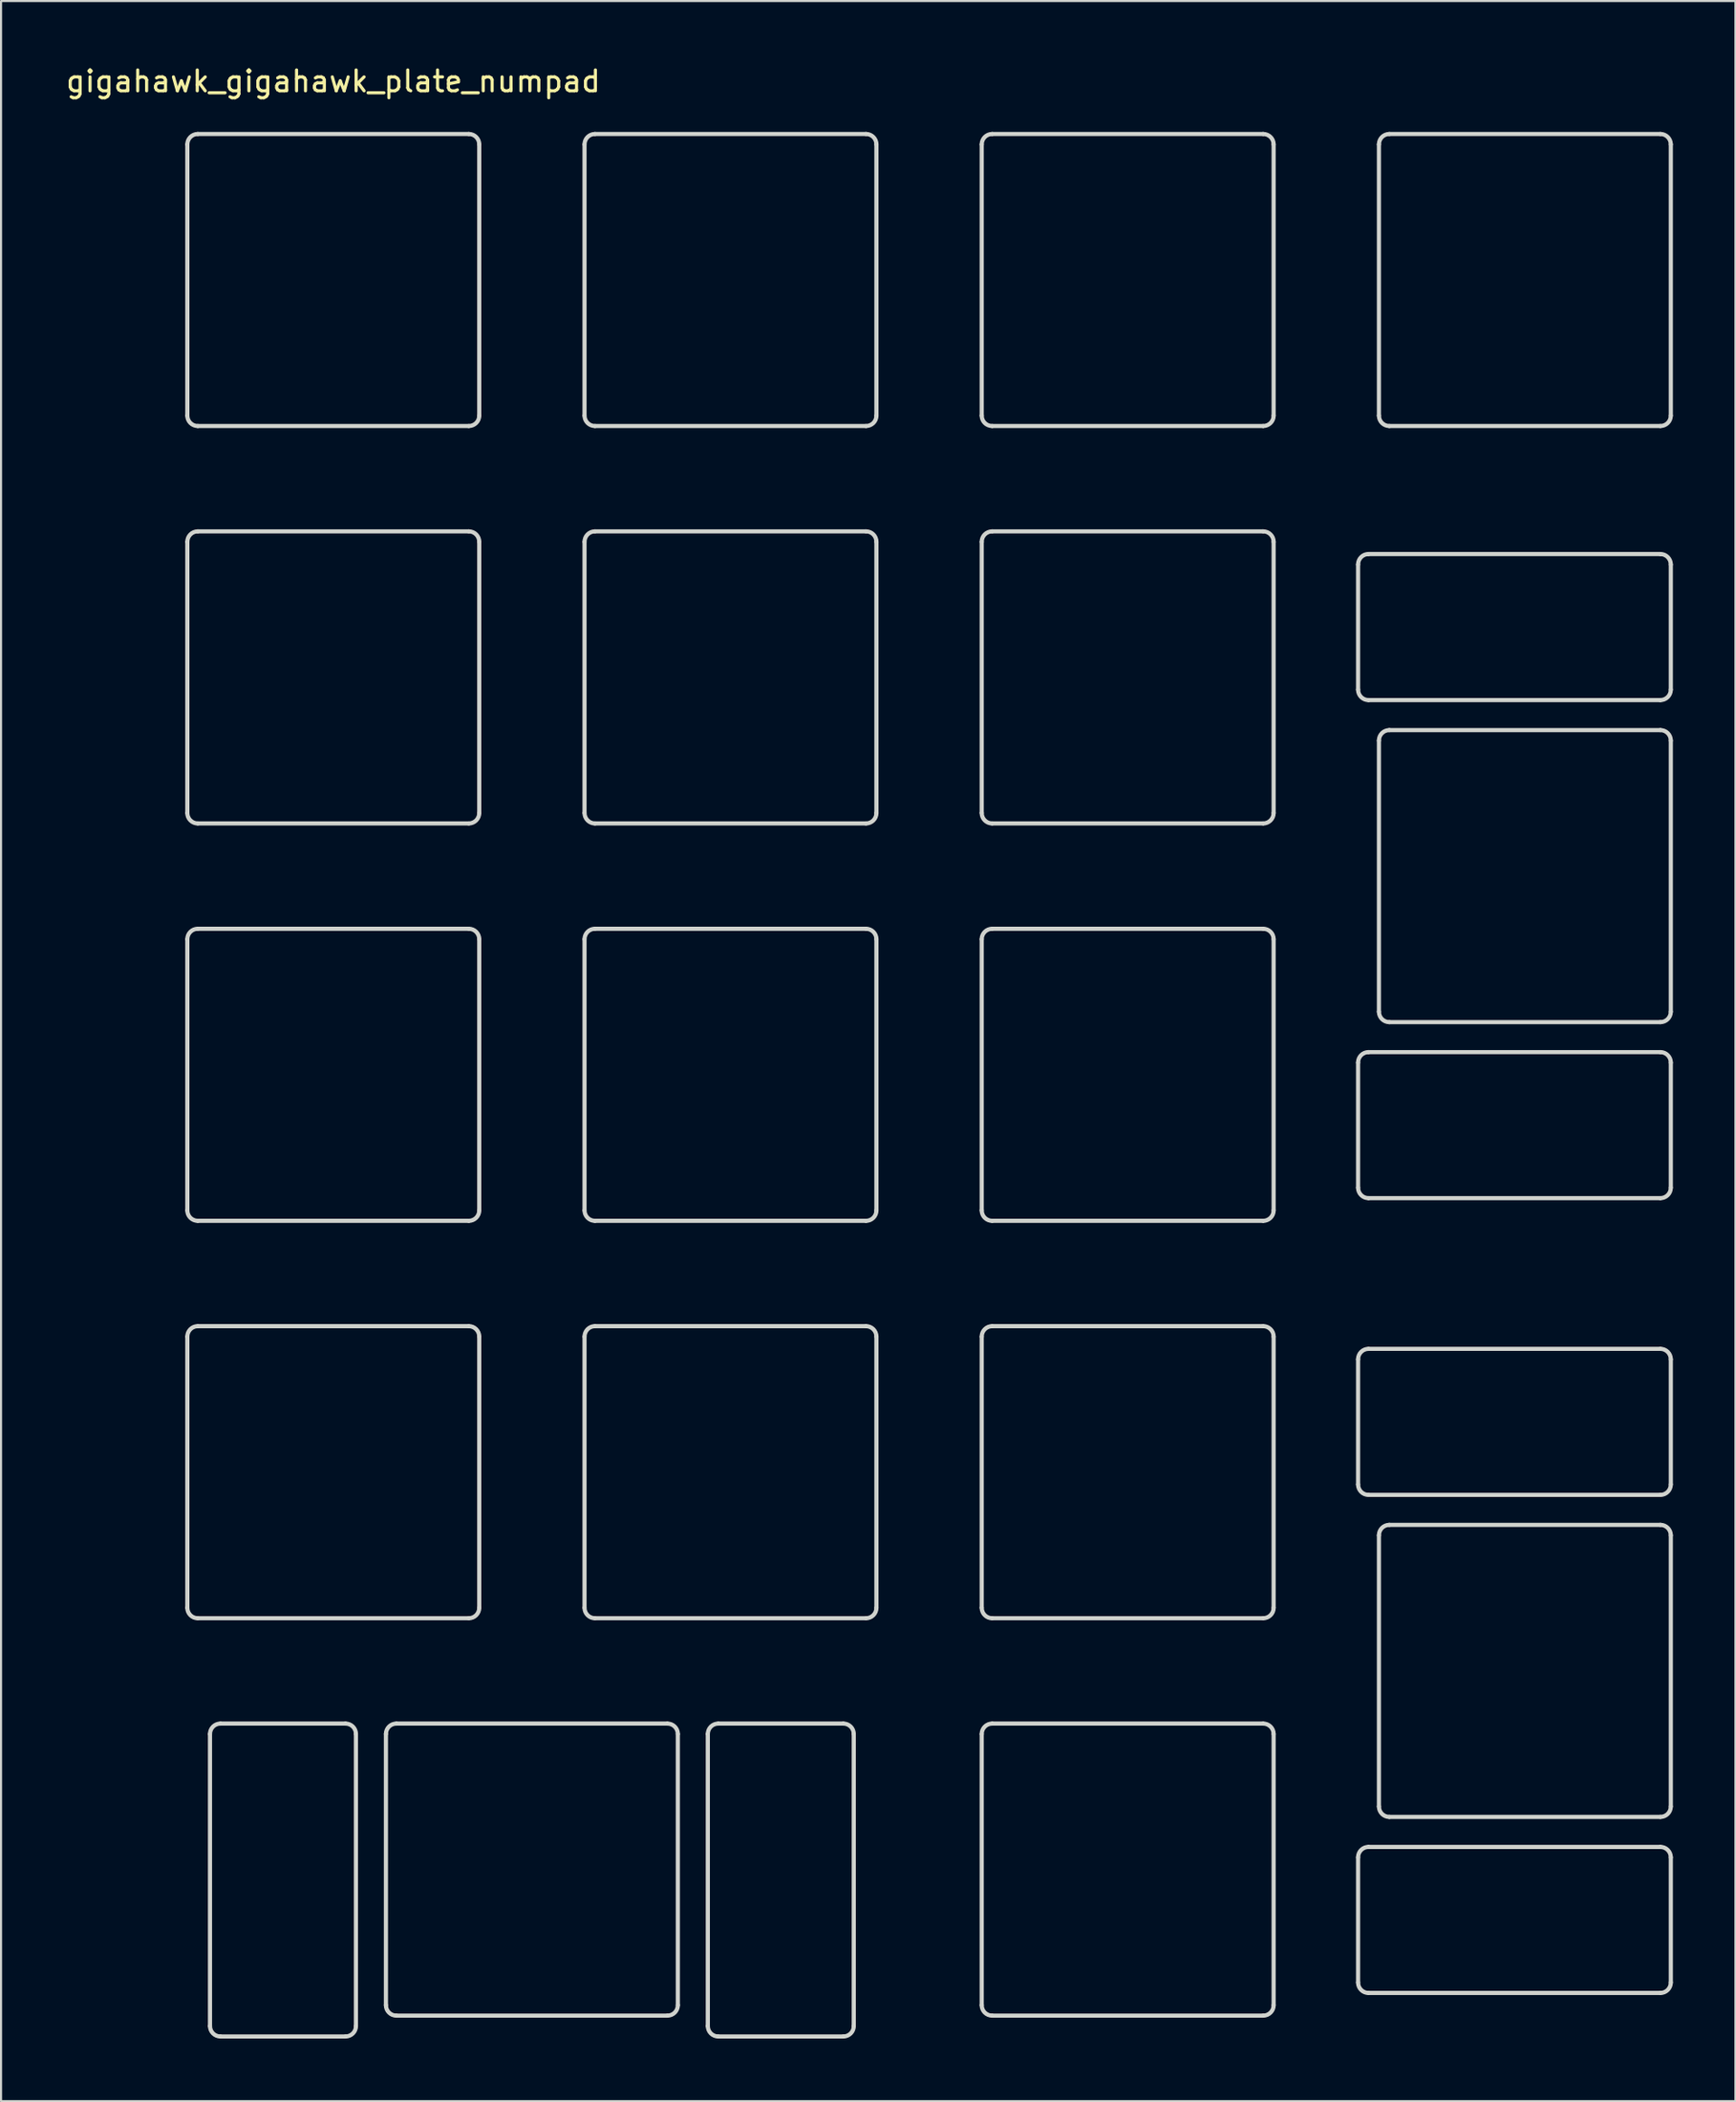
<source format=kicad_pcb>
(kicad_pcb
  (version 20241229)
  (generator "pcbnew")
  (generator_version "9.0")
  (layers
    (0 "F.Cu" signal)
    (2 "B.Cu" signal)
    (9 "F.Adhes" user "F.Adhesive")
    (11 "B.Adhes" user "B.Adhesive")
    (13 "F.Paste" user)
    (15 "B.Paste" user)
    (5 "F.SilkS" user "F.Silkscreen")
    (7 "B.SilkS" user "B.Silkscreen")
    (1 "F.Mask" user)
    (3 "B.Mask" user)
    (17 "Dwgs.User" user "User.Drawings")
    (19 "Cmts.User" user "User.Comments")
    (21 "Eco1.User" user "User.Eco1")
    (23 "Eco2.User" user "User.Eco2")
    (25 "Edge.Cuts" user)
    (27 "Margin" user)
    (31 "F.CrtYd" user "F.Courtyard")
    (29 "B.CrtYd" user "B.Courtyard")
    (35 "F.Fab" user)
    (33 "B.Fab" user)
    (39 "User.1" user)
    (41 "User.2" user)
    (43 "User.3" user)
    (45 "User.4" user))
  (footprint "gigahawk_gigahawk_plate_numpad"
    (layer "F.Cu")
    (at 12.935 10.373)
    (property "Reference" "gigahawk_gigahawk_plate_numpad" (at 0 -9.525 0) (layer "F.SilkS") (effects (font (size 1 1) (thickness 0.15))))
    (attr through_hole)
    (fp_line (start -7 -6.5) (end -7 6.5) (stroke (width 0.2) (type solid)) (layer "Edge.Cuts"))
    (fp_line (start -7 12.55) (end -7 25.55) (stroke (width 0.2) (type solid)) (layer "Edge.Cuts"))
    (fp_line (start -7 31.6) (end -7 44.6) (stroke (width 0.2) (type solid)) (layer "Edge.Cuts"))
    (fp_line (start -7 50.65) (end -7 63.65) (stroke (width 0.2) (type solid)) (layer "Edge.Cuts"))
    (fp_line (start -6.5 7) (end 6.5 7) (stroke (width 0.2) (type solid)) (layer "Edge.Cuts"))
    (fp_line (start -6.5 26.05) (end 6.5 26.05) (stroke (width 0.2) (type solid)) (layer "Edge.Cuts"))
    (fp_line (start -6.5 45.1) (end 6.5 45.1) (stroke (width 0.2) (type solid)) (layer "Edge.Cuts"))
    (fp_line (start -6.5 64.15) (end 6.5 64.15) (stroke (width 0.2) (type solid)) (layer "Edge.Cuts"))
    (fp_line (start -5.913 69.7) (end -5.913 83.7) (stroke (width 0.2) (type solid)) (layer "Edge.Cuts"))
    (fp_line (start -5.413 84.2) (end 0.587 84.2) (stroke (width 0.2) (type solid)) (layer "Edge.Cuts"))
    (fp_line (start 0.587 69.2) (end -5.413 69.2) (stroke (width 0.2) (type solid)) (layer "Edge.Cuts"))
    (fp_line (start 1.087 83.7) (end 1.087 69.7) (stroke (width 0.2) (type solid)) (layer "Edge.Cuts"))
    (fp_line (start 2.525 69.7) (end 2.525 82.7) (stroke (width 0.2) (type solid)) (layer "Edge.Cuts"))
    (fp_line (start 3.025 83.2) (end 16.025 83.2) (stroke (width 0.2) (type solid)) (layer "Edge.Cuts"))
    (fp_line (start 6.5 -7) (end -6.5 -7) (stroke (width 0.2) (type solid)) (layer "Edge.Cuts"))
    (fp_line (start 6.5 12.05) (end -6.5 12.05) (stroke (width 0.2) (type solid)) (layer "Edge.Cuts"))
    (fp_line (start 6.5 31.1) (end -6.5 31.1) (stroke (width 0.2) (type solid)) (layer "Edge.Cuts"))
    (fp_line (start 6.5 50.15) (end -6.5 50.15) (stroke (width 0.2) (type solid)) (layer "Edge.Cuts"))
    (fp_line (start 7 6.5) (end 7 -6.5) (stroke (width 0.2) (type solid)) (layer "Edge.Cuts"))
    (fp_line (start 7 25.55) (end 7 12.55) (stroke (width 0.2) (type solid)) (layer "Edge.Cuts"))
    (fp_line (start 7 44.6) (end 7 31.6) (stroke (width 0.2) (type solid)) (layer "Edge.Cuts"))
    (fp_line (start 7 63.65) (end 7 50.65) (stroke (width 0.2) (type solid)) (layer "Edge.Cuts"))
    (fp_line (start 12.05 -6.5) (end 12.05 6.5) (stroke (width 0.2) (type solid)) (layer "Edge.Cuts"))
    (fp_line (start 12.05 12.55) (end 12.05 25.55) (stroke (width 0.2) (type solid)) (layer "Edge.Cuts"))
    (fp_line (start 12.05 31.6) (end 12.05 44.6) (stroke (width 0.2) (type solid)) (layer "Edge.Cuts"))
    (fp_line (start 12.05 50.65) (end 12.05 63.65) (stroke (width 0.2) (type solid)) (layer "Edge.Cuts"))
    (fp_line (start 12.55 7) (end 25.55 7) (stroke (width 0.2) (type solid)) (layer "Edge.Cuts"))
    (fp_line (start 12.55 26.05) (end 25.55 26.05) (stroke (width 0.2) (type solid)) (layer "Edge.Cuts"))
    (fp_line (start 12.55 45.1) (end 25.55 45.1) (stroke (width 0.2) (type solid)) (layer "Edge.Cuts"))
    (fp_line (start 12.55 64.15) (end 25.55 64.15) (stroke (width 0.2) (type solid)) (layer "Edge.Cuts"))
    (fp_line (start 16.025 69.2) (end 3.025 69.2) (stroke (width 0.2) (type solid)) (layer "Edge.Cuts"))
    (fp_line (start 16.525 82.7) (end 16.525 69.7) (stroke (width 0.2) (type solid)) (layer "Edge.Cuts"))
    (fp_line (start 17.963 69.7) (end 17.963 83.7) (stroke (width 0.2) (type solid)) (layer "Edge.Cuts"))
    (fp_line (start 18.463 84.2) (end 24.463 84.2) (stroke (width 0.2) (type solid)) (layer "Edge.Cuts"))
    (fp_line (start 24.463 69.2) (end 18.463 69.2) (stroke (width 0.2) (type solid)) (layer "Edge.Cuts"))
    (fp_line (start 24.963 83.7) (end 24.963 69.7) (stroke (width 0.2) (type solid)) (layer "Edge.Cuts"))
    (fp_line (start 25.55 -7) (end 12.55 -7) (stroke (width 0.2) (type solid)) (layer "Edge.Cuts"))
    (fp_line (start 25.55 12.05) (end 12.55 12.05) (stroke (width 0.2) (type solid)) (layer "Edge.Cuts"))
    (fp_line (start 25.55 31.1) (end 12.55 31.1) (stroke (width 0.2) (type solid)) (layer "Edge.Cuts"))
    (fp_line (start 25.55 50.15) (end 12.55 50.15) (stroke (width 0.2) (type solid)) (layer "Edge.Cuts"))
    (fp_line (start 26.05 6.5) (end 26.05 -6.5) (stroke (width 0.2) (type solid)) (layer "Edge.Cuts"))
    (fp_line (start 26.05 25.55) (end 26.05 12.55) (stroke (width 0.2) (type solid)) (layer "Edge.Cuts"))
    (fp_line (start 26.05 44.6) (end 26.05 31.6) (stroke (width 0.2) (type solid)) (layer "Edge.Cuts"))
    (fp_line (start 26.05 63.65) (end 26.05 50.65) (stroke (width 0.2) (type solid)) (layer "Edge.Cuts"))
    (fp_line (start 31.1 -6.5) (end 31.1 6.5) (stroke (width 0.2) (type solid)) (layer "Edge.Cuts"))
    (fp_line (start 31.1 12.55) (end 31.1 25.55) (stroke (width 0.2) (type solid)) (layer "Edge.Cuts"))
    (fp_line (start 31.1 31.6) (end 31.1 44.6) (stroke (width 0.2) (type solid)) (layer "Edge.Cuts"))
    (fp_line (start 31.1 50.65) (end 31.1 63.65) (stroke (width 0.2) (type solid)) (layer "Edge.Cuts"))
    (fp_line (start 31.1 69.7) (end 31.1 82.7) (stroke (width 0.2) (type solid)) (layer "Edge.Cuts"))
    (fp_line (start 31.6 7) (end 44.6 7) (stroke (width 0.2) (type solid)) (layer "Edge.Cuts"))
    (fp_line (start 31.6 26.05) (end 44.6 26.05) (stroke (width 0.2) (type solid)) (layer "Edge.Cuts"))
    (fp_line (start 31.6 45.1) (end 44.6 45.1) (stroke (width 0.2) (type solid)) (layer "Edge.Cuts"))
    (fp_line (start 31.6 64.15) (end 44.6 64.15) (stroke (width 0.2) (type solid)) (layer "Edge.Cuts"))
    (fp_line (start 31.6 83.2) (end 44.6 83.2) (stroke (width 0.2) (type solid)) (layer "Edge.Cuts"))
    (fp_line (start 44.6 -7) (end 31.6 -7) (stroke (width 0.2) (type solid)) (layer "Edge.Cuts"))
    (fp_line (start 44.6 12.05) (end 31.6 12.05) (stroke (width 0.2) (type solid)) (layer "Edge.Cuts"))
    (fp_line (start 44.6 31.1) (end 31.6 31.1) (stroke (width 0.2) (type solid)) (layer "Edge.Cuts"))
    (fp_line (start 44.6 50.15) (end 31.6 50.15) (stroke (width 0.2) (type solid)) (layer "Edge.Cuts"))
    (fp_line (start 44.6 69.2) (end 31.6 69.2) (stroke (width 0.2) (type solid)) (layer "Edge.Cuts"))
    (fp_line (start 45.1 6.5) (end 45.1 -6.5) (stroke (width 0.2) (type solid)) (layer "Edge.Cuts"))
    (fp_line (start 45.1 25.55) (end 45.1 12.55) (stroke (width 0.2) (type solid)) (layer "Edge.Cuts"))
    (fp_line (start 45.1 44.6) (end 45.1 31.6) (stroke (width 0.2) (type solid)) (layer "Edge.Cuts"))
    (fp_line (start 45.1 63.65) (end 45.1 50.65) (stroke (width 0.2) (type solid)) (layer "Edge.Cuts"))
    (fp_line (start 45.1 82.7) (end 45.1 69.7) (stroke (width 0.2) (type solid)) (layer "Edge.Cuts"))
    (fp_line (start 49.15 13.637) (end 49.15 19.637) (stroke (width 0.2) (type solid)) (layer "Edge.Cuts"))
    (fp_line (start 49.15 37.513) (end 49.15 43.513) (stroke (width 0.2) (type solid)) (layer "Edge.Cuts"))
    (fp_line (start 49.15 51.737) (end 49.15 57.737) (stroke (width 0.2) (type solid)) (layer "Edge.Cuts"))
    (fp_line (start 49.15 75.613) (end 49.15 81.613) (stroke (width 0.2) (type solid)) (layer "Edge.Cuts"))
    (fp_line (start 49.65 20.137) (end 63.65 20.137) (stroke (width 0.2) (type solid)) (layer "Edge.Cuts"))
    (fp_line (start 49.65 44.013) (end 63.65 44.013) (stroke (width 0.2) (type solid)) (layer "Edge.Cuts"))
    (fp_line (start 49.65 58.237) (end 63.65 58.237) (stroke (width 0.2) (type solid)) (layer "Edge.Cuts"))
    (fp_line (start 49.65 82.113) (end 63.65 82.113) (stroke (width 0.2) (type solid)) (layer "Edge.Cuts"))
    (fp_line (start 50.15 -6.5) (end 50.15 6.5) (stroke (width 0.2) (type solid)) (layer "Edge.Cuts"))
    (fp_line (start 50.15 22.075) (end 50.15 35.075) (stroke (width 0.2) (type solid)) (layer "Edge.Cuts"))
    (fp_line (start 50.15 60.175) (end 50.15 73.175) (stroke (width 0.2) (type solid)) (layer "Edge.Cuts"))
    (fp_line (start 50.65 7) (end 63.65 7) (stroke (width 0.2) (type solid)) (layer "Edge.Cuts"))
    (fp_line (start 50.65 35.575) (end 63.65 35.575) (stroke (width 0.2) (type solid)) (layer "Edge.Cuts"))
    (fp_line (start 50.65 73.675) (end 63.65 73.675) (stroke (width 0.2) (type solid)) (layer "Edge.Cuts"))
    (fp_line (start 63.65 -7) (end 50.65 -7) (stroke (width 0.2) (type solid)) (layer "Edge.Cuts"))
    (fp_line (start 63.65 13.137) (end 49.65 13.137) (stroke (width 0.2) (type solid)) (layer "Edge.Cuts"))
    (fp_line (start 63.65 21.575) (end 50.65 21.575) (stroke (width 0.2) (type solid)) (layer "Edge.Cuts"))
    (fp_line (start 63.65 37.013) (end 49.65 37.013) (stroke (width 0.2) (type solid)) (layer "Edge.Cuts"))
    (fp_line (start 63.65 51.237) (end 49.65 51.237) (stroke (width 0.2) (type solid)) (layer "Edge.Cuts"))
    (fp_line (start 63.65 59.675) (end 50.65 59.675) (stroke (width 0.2) (type solid)) (layer "Edge.Cuts"))
    (fp_line (start 63.65 75.113) (end 49.65 75.113) (stroke (width 0.2) (type solid)) (layer "Edge.Cuts"))
    (fp_line (start 64.15 6.5) (end 64.15 -6.5) (stroke (width 0.2) (type solid)) (layer "Edge.Cuts"))
    (fp_line (start 64.15 19.637) (end 64.15 13.637) (stroke (width 0.2) (type solid)) (layer "Edge.Cuts"))
    (fp_line (start 64.15 35.075) (end 64.15 22.075) (stroke (width 0.2) (type solid)) (layer "Edge.Cuts"))
    (fp_line (start 64.15 43.513) (end 64.15 37.513) (stroke (width 0.2) (type solid)) (layer "Edge.Cuts"))
    (fp_line (start 64.15 57.737) (end 64.15 51.737) (stroke (width 0.2) (type solid)) (layer "Edge.Cuts"))
    (fp_line (start 64.15 73.175) (end 64.15 60.175) (stroke (width 0.2) (type solid)) (layer "Edge.Cuts"))
    (fp_line (start 64.15 81.613) (end 64.15 75.613) (stroke (width 0.2) (type solid)) (layer "Edge.Cuts"))
    (fp_arc (start -7 -6.5) (mid -6.853553 -6.853553) (end -6.5 -7) (stroke (width 0.2) (type solid)) (layer "Edge.Cuts"))
    (fp_arc (start -7 12.55) (mid -6.853553 12.196447) (end -6.5 12.05) (stroke (width 0.2) (type solid)) (layer "Edge.Cuts"))
    (fp_arc (start -7 31.6) (mid -6.853553 31.246447) (end -6.5 31.1) (stroke (width 0.2) (type solid)) (layer "Edge.Cuts"))
    (fp_arc (start -7 50.65) (mid -6.853553 50.296447) (end -6.5 50.15) (stroke (width 0.2) (type solid)) (layer "Edge.Cuts"))
    (fp_arc (start -6.5 6.999999) (mid -6.853553 6.853552) (end -7 6.499999) (stroke (width 0.2) (type solid)) (layer "Edge.Cuts"))
    (fp_arc (start -6.5 26.05) (mid -6.853553 25.903553) (end -7 25.55) (stroke (width 0.2) (type solid)) (layer "Edge.Cuts"))
    (fp_arc (start -6.5 45.1) (mid -6.853553 44.953553) (end -7 44.6) (stroke (width 0.2) (type solid)) (layer "Edge.Cuts"))
    (fp_arc (start -6.5 64.15) (mid -6.853553 64.003553) (end -7 63.65) (stroke (width 0.2) (type solid)) (layer "Edge.Cuts"))
    (fp_arc (start -5.913 69.7) (mid -5.766553 69.346447) (end -5.413 69.2) (stroke (width 0.2) (type solid)) (layer "Edge.Cuts"))
    (fp_arc (start -5.413 84.2) (mid -5.766553 84.053553) (end -5.913 83.7) (stroke (width 0.2) (type solid)) (layer "Edge.Cuts"))
    (fp_arc (start 0.587 69.2) (mid 0.940553 69.346447) (end 1.087 69.7) (stroke (width 0.2) (type solid)) (layer "Edge.Cuts"))
    (fp_arc (start 1.087 83.7) (mid 0.940553 84.053553) (end 0.587 84.2) (stroke (width 0.2) (type solid)) (layer "Edge.Cuts"))
    (fp_arc (start 2.525 69.7) (mid 2.671447 69.346447) (end 3.025 69.2) (stroke (width 0.2) (type solid)) (layer "Edge.Cuts"))
    (fp_arc (start 3.025 83.2) (mid 2.671447 83.053553) (end 2.525 82.7) (stroke (width 0.2) (type solid)) (layer "Edge.Cuts"))
    (fp_arc (start 6.499999 -7) (mid 6.853552 -6.853553) (end 6.999999 -6.5) (stroke (width 0.2) (type solid)) (layer "Edge.Cuts"))
    (fp_arc (start 6.499999 12.05) (mid 6.853552 12.196447) (end 6.999999 12.55) (stroke (width 0.2) (type solid)) (layer "Edge.Cuts"))
    (fp_arc (start 6.499999 31.1) (mid 6.853552 31.246447) (end 6.999999 31.6) (stroke (width 0.2) (type solid)) (layer "Edge.Cuts"))
    (fp_arc (start 6.499999 50.15) (mid 6.853552 50.296447) (end 6.999999 50.65) (stroke (width 0.2) (type solid)) (layer "Edge.Cuts"))
    (fp_arc (start 6.999999 6.499999) (mid 6.853552 6.853552) (end 6.499999 6.999999) (stroke (width 0.2) (type solid)) (layer "Edge.Cuts"))
    (fp_arc (start 6.999999 25.55) (mid 6.853552 25.903553) (end 6.499999 26.05) (stroke (width 0.2) (type solid)) (layer "Edge.Cuts"))
    (fp_arc (start 6.999999 44.6) (mid 6.853552 44.953553) (end 6.499999 45.1) (stroke (width 0.2) (type solid)) (layer "Edge.Cuts"))
    (fp_arc (start 6.999999 63.65) (mid 6.853552 64.003553) (end 6.499999 64.15) (stroke (width 0.2) (type solid)) (layer "Edge.Cuts"))
    (fp_arc (start 12.05 -6.5) (mid 12.196447 -6.853553) (end 12.55 -7) (stroke (width 0.2) (type solid)) (layer "Edge.Cuts"))
    (fp_arc (start 12.05 12.55) (mid 12.196447 12.196447) (end 12.55 12.05) (stroke (width 0.2) (type solid)) (layer "Edge.Cuts"))
    (fp_arc (start 12.05 31.6) (mid 12.196447 31.246447) (end 12.55 31.1) (stroke (width 0.2) (type solid)) (layer "Edge.Cuts"))
    (fp_arc (start 12.05 50.65) (mid 12.196447 50.296447) (end 12.55 50.15) (stroke (width 0.2) (type solid)) (layer "Edge.Cuts"))
    (fp_arc (start 12.55 6.999999) (mid 12.196447 6.853552) (end 12.05 6.499999) (stroke (width 0.2) (type solid)) (layer "Edge.Cuts"))
    (fp_arc (start 12.55 26.05) (mid 12.196447 25.903553) (end 12.05 25.55) (stroke (width 0.2) (type solid)) (layer "Edge.Cuts"))
    (fp_arc (start 12.55 45.1) (mid 12.196447 44.953553) (end 12.05 44.6) (stroke (width 0.2) (type solid)) (layer "Edge.Cuts"))
    (fp_arc (start 12.55 64.15) (mid 12.196447 64.003553) (end 12.05 63.65) (stroke (width 0.2) (type solid)) (layer "Edge.Cuts"))
    (fp_arc (start 16.025 69.2) (mid 16.378553 69.346447) (end 16.525 69.7) (stroke (width 0.2) (type solid)) (layer "Edge.Cuts"))
    (fp_arc (start 16.525 82.7) (mid 16.378553 83.053553) (end 16.025 83.2) (stroke (width 0.2) (type solid)) (layer "Edge.Cuts"))
    (fp_arc (start 17.963 69.7) (mid 18.109447 69.346447) (end 18.463 69.2) (stroke (width 0.2) (type solid)) (layer "Edge.Cuts"))
    (fp_arc (start 18.463 84.2) (mid 18.109447 84.053553) (end 17.963 83.7) (stroke (width 0.2) (type solid)) (layer "Edge.Cuts"))
    (fp_arc (start 24.463 69.2) (mid 24.816553 69.346447) (end 24.963 69.7) (stroke (width 0.2) (type solid)) (layer "Edge.Cuts"))
    (fp_arc (start 24.963 83.7) (mid 24.816553 84.053553) (end 24.463 84.2) (stroke (width 0.2) (type solid)) (layer "Edge.Cuts"))
    (fp_arc (start 25.55 -7) (mid 25.903553 -6.853553) (end 26.05 -6.5) (stroke (width 0.2) (type solid)) (layer "Edge.Cuts"))
    (fp_arc (start 25.55 12.05) (mid 25.903553 12.196447) (end 26.05 12.55) (stroke (width 0.2) (type solid)) (layer "Edge.Cuts"))
    (fp_arc (start 25.55 31.1) (mid 25.903553 31.246447) (end 26.05 31.6) (stroke (width 0.2) (type solid)) (layer "Edge.Cuts"))
    (fp_arc (start 25.55 50.15) (mid 25.903553 50.296447) (end 26.05 50.65) (stroke (width 0.2) (type solid)) (layer "Edge.Cuts"))
    (fp_arc (start 26.05 6.499999) (mid 25.903553 6.853552) (end 25.55 6.999999) (stroke (width 0.2) (type solid)) (layer "Edge.Cuts"))
    (fp_arc (start 26.05 25.55) (mid 25.903553 25.903553) (end 25.55 26.05) (stroke (width 0.2) (type solid)) (layer "Edge.Cuts"))
    (fp_arc (start 26.05 44.6) (mid 25.903553 44.953553) (end 25.55 45.1) (stroke (width 0.2) (type solid)) (layer "Edge.Cuts"))
    (fp_arc (start 26.05 63.65) (mid 25.903553 64.003553) (end 25.55 64.15) (stroke (width 0.2) (type solid)) (layer "Edge.Cuts"))
    (fp_arc (start 31.1 -6.5) (mid 31.246447 -6.853553) (end 31.6 -7) (stroke (width 0.2) (type solid)) (layer "Edge.Cuts"))
    (fp_arc (start 31.1 12.55) (mid 31.246447 12.196447) (end 31.6 12.05) (stroke (width 0.2) (type solid)) (layer "Edge.Cuts"))
    (fp_arc (start 31.1 31.6) (mid 31.246447 31.246447) (end 31.6 31.1) (stroke (width 0.2) (type solid)) (layer "Edge.Cuts"))
    (fp_arc (start 31.1 50.65) (mid 31.246447 50.296447) (end 31.6 50.15) (stroke (width 0.2) (type solid)) (layer "Edge.Cuts"))
    (fp_arc (start 31.1 69.7) (mid 31.246447 69.346447) (end 31.6 69.2) (stroke (width 0.2) (type solid)) (layer "Edge.Cuts"))
    (fp_arc (start 31.6 6.999999) (mid 31.246447 6.853552) (end 31.1 6.499999) (stroke (width 0.2) (type solid)) (layer "Edge.Cuts"))
    (fp_arc (start 31.6 26.05) (mid 31.246447 25.903553) (end 31.1 25.55) (stroke (width 0.2) (type solid)) (layer "Edge.Cuts"))
    (fp_arc (start 31.6 45.1) (mid 31.246447 44.953553) (end 31.1 44.6) (stroke (width 0.2) (type solid)) (layer "Edge.Cuts"))
    (fp_arc (start 31.6 64.15) (mid 31.246447 64.003553) (end 31.1 63.65) (stroke (width 0.2) (type solid)) (layer "Edge.Cuts"))
    (fp_arc (start 31.6 83.2) (mid 31.246447 83.053553) (end 31.1 82.7) (stroke (width 0.2) (type solid)) (layer "Edge.Cuts"))
    (fp_arc (start 44.6 -7) (mid 44.953553 -6.853553) (end 45.1 -6.5) (stroke (width 0.2) (type solid)) (layer "Edge.Cuts"))
    (fp_arc (start 44.6 12.05) (mid 44.953553 12.196447) (end 45.1 12.55) (stroke (width 0.2) (type solid)) (layer "Edge.Cuts"))
    (fp_arc (start 44.6 31.1) (mid 44.953553 31.246447) (end 45.1 31.6) (stroke (width 0.2) (type solid)) (layer "Edge.Cuts"))
    (fp_arc (start 44.6 50.15) (mid 44.953553 50.296447) (end 45.1 50.65) (stroke (width 0.2) (type solid)) (layer "Edge.Cuts"))
    (fp_arc (start 44.6 69.2) (mid 44.953553 69.346447) (end 45.1 69.7) (stroke (width 0.2) (type solid)) (layer "Edge.Cuts"))
    (fp_arc (start 45.1 6.499999) (mid 44.953553 6.853552) (end 44.6 6.999999) (stroke (width 0.2) (type solid)) (layer "Edge.Cuts"))
    (fp_arc (start 45.1 25.55) (mid 44.953553 25.903553) (end 44.6 26.05) (stroke (width 0.2) (type solid)) (layer "Edge.Cuts"))
    (fp_arc (start 45.1 44.6) (mid 44.953553 44.953553) (end 44.6 45.1) (stroke (width 0.2) (type solid)) (layer "Edge.Cuts"))
    (fp_arc (start 45.1 63.65) (mid 44.953553 64.003553) (end 44.6 64.15) (stroke (width 0.2) (type solid)) (layer "Edge.Cuts"))
    (fp_arc (start 45.1 82.7) (mid 44.953553 83.053553) (end 44.6 83.2) (stroke (width 0.2) (type solid)) (layer "Edge.Cuts"))
    (fp_arc (start 49.15 13.637) (mid 49.296447 13.283447) (end 49.65 13.137) (stroke (width 0.2) (type solid)) (layer "Edge.Cuts"))
    (fp_arc (start 49.15 37.513) (mid 49.296447 37.159447) (end 49.65 37.013) (stroke (width 0.2) (type solid)) (layer "Edge.Cuts"))
    (fp_arc (start 49.15 51.737) (mid 49.296447 51.383447) (end 49.65 51.237) (stroke (width 0.2) (type solid)) (layer "Edge.Cuts"))
    (fp_arc (start 49.15 75.613) (mid 49.296447 75.259447) (end 49.65 75.113) (stroke (width 0.2) (type solid)) (layer "Edge.Cuts"))
    (fp_arc (start 49.65 20.137) (mid 49.296447 19.990553) (end 49.15 19.637) (stroke (width 0.2) (type solid)) (layer "Edge.Cuts"))
    (fp_arc (start 49.65 44.013) (mid 49.296447 43.866553) (end 49.15 43.513) (stroke (width 0.2) (type solid)) (layer "Edge.Cuts"))
    (fp_arc (start 49.65 58.237) (mid 49.296447 58.090553) (end 49.15 57.737) (stroke (width 0.2) (type solid)) (layer "Edge.Cuts"))
    (fp_arc (start 49.65 82.113) (mid 49.296447 81.966553) (end 49.15 81.613) (stroke (width 0.2) (type solid)) (layer "Edge.Cuts"))
    (fp_arc (start 50.15 -6.5) (mid 50.296447 -6.853553) (end 50.65 -7) (stroke (width 0.2) (type solid)) (layer "Edge.Cuts"))
    (fp_arc (start 50.15 22.075) (mid 50.296447 21.721447) (end 50.65 21.575) (stroke (width 0.2) (type solid)) (layer "Edge.Cuts"))
    (fp_arc (start 50.15 60.175) (mid 50.296447 59.821447) (end 50.65 59.675) (stroke (width 0.2) (type solid)) (layer "Edge.Cuts"))
    (fp_arc (start 50.65 6.999999) (mid 50.296447 6.853552) (end 50.15 6.499999) (stroke (width 0.2) (type solid)) (layer "Edge.Cuts"))
    (fp_arc (start 50.65 35.575) (mid 50.296447 35.428553) (end 50.15 35.075) (stroke (width 0.2) (type solid)) (layer "Edge.Cuts"))
    (fp_arc (start 50.65 73.675) (mid 50.296447 73.528553) (end 50.15 73.175) (stroke (width 0.2) (type solid)) (layer "Edge.Cuts"))
    (fp_arc (start 63.65 -7) (mid 64.003553 -6.853553) (end 64.15 -6.5) (stroke (width 0.2) (type solid)) (layer "Edge.Cuts"))
    (fp_arc (start 63.65 13.137) (mid 64.003553 13.283447) (end 64.15 13.637) (stroke (width 0.2) (type solid)) (layer "Edge.Cuts"))
    (fp_arc (start 63.65 21.575) (mid 64.003553 21.721447) (end 64.15 22.075) (stroke (width 0.2) (type solid)) (layer "Edge.Cuts"))
    (fp_arc (start 63.65 37.013) (mid 64.003553 37.159447) (end 64.15 37.513) (stroke (width 0.2) (type solid)) (layer "Edge.Cuts"))
    (fp_arc (start 63.65 51.237) (mid 64.003553 51.383447) (end 64.15 51.737) (stroke (width 0.2) (type solid)) (layer "Edge.Cuts"))
    (fp_arc (start 63.65 59.675) (mid 64.003553 59.821447) (end 64.15 60.175) (stroke (width 0.2) (type solid)) (layer "Edge.Cuts"))
    (fp_arc (start 63.65 75.113) (mid 64.003553 75.259447) (end 64.15 75.613) (stroke (width 0.2) (type solid)) (layer "Edge.Cuts"))
    (fp_arc (start 64.15 6.499999) (mid 64.003553 6.853552) (end 63.65 6.999999) (stroke (width 0.2) (type solid)) (layer "Edge.Cuts"))
    (fp_arc (start 64.15 19.637) (mid 64.003553 19.990553) (end 63.65 20.137) (stroke (width 0.2) (type solid)) (layer "Edge.Cuts"))
    (fp_arc (start 64.15 35.075) (mid 64.003553 35.428553) (end 63.65 35.575) (stroke (width 0.2) (type solid)) (layer "Edge.Cuts"))
    (fp_arc (start 64.15 43.513) (mid 64.003553 43.866553) (end 63.65 44.013) (stroke (width 0.2) (type solid)) (layer "Edge.Cuts"))
    (fp_arc (start 64.15 57.737) (mid 64.003553 58.090553) (end 63.65 58.237) (stroke (width 0.2) (type solid)) (layer "Edge.Cuts"))
    (fp_arc (start 64.15 73.175) (mid 64.003553 73.528553) (end 63.65 73.675) (stroke (width 0.2) (type solid)) (layer "Edge.Cuts"))
    (fp_arc (start 64.15 81.613) (mid 64.003553 81.966553) (end 63.65 82.113) (stroke (width 0.2) (type solid)) (layer "Edge.Cuts")))
  (gr_rect
    (start -3 -3)
    (end 80.185 97.673)
    (stroke (width 0.1) (type default))
    (fill no)
    (layer "Edge.Cuts")))
</source>
